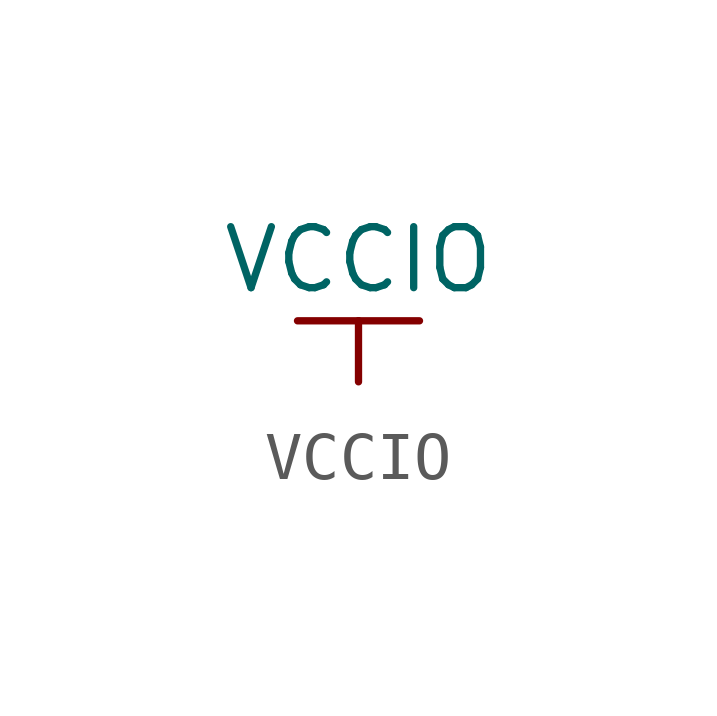
<source format=kicad_sym>
(kicad_symbol_lib
  (version 20211014)
  (generator kicad_symbol_editor)
  (symbol "VCCIO"
    (power)
    (pin_names
      (offset 0))
    (property "Reference" "#PWR"
      (at 0 -3.81 0)
      (effects (font (size 1.27 1.27)) hide))
    (property "Value" "VCCIO"
      (at 0 2.54 0)
      (effects (font (size 1.27 1.27))))
    (symbol "VCCIO_0_1"
      (polyline (pts (xy -1.27 1.27) (xy 0 1.27)) (stroke (width 0) (type default) (color 0 0 0 0)) (fill (type none)))
      (polyline (pts (xy 0 0) (xy 0 1.27)) (stroke (width 0) (type default) (color 0 0 0 0)) (fill (type none)))
      (polyline (pts (xy 0 1.27) (xy 1.27 1.27)) (stroke (width 0) (type default) (color 0 0 0 0)) (fill (type none))))
    (symbol "VCCIO_1_1"
      (pin power_in line (at 0 0 90) (length 0) hide (name "VCCIO" (effects (font (size 1.27 1.27)))) (number "1" (effects (font (size 1.27 1.27))))))))
</source>
